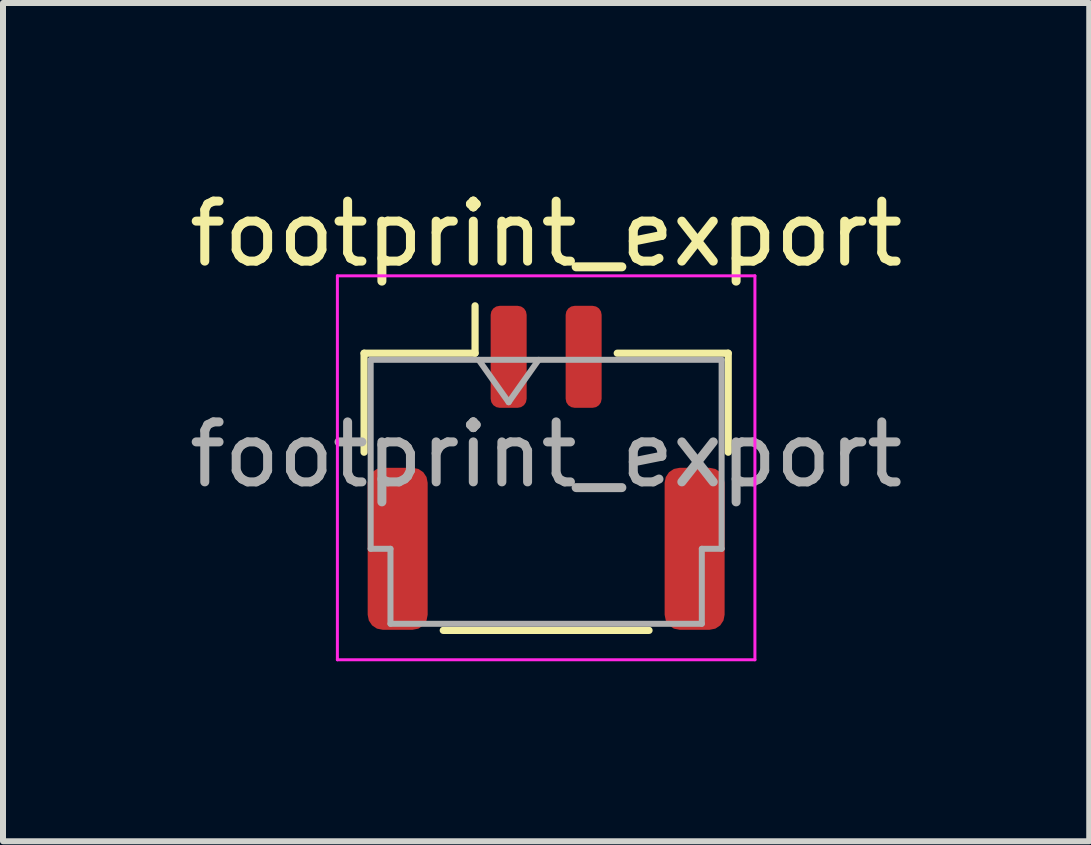
<source format=kicad_pcb>
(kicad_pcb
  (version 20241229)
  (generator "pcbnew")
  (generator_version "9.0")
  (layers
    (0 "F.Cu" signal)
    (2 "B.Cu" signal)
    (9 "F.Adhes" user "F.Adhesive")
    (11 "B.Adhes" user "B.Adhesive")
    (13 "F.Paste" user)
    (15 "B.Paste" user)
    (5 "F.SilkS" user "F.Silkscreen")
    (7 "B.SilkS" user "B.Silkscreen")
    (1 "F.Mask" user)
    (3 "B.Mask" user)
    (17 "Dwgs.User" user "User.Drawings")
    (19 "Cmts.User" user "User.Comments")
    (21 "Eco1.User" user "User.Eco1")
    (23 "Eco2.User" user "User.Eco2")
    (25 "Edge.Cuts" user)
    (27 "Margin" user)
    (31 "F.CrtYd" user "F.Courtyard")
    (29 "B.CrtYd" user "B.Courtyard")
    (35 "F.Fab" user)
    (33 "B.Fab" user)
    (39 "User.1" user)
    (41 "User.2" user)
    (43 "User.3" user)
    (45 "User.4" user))
  (footprint "footprint_export"
    (layer "F.Cu")
    (at 6.054 4.748)
    (property "Reference" "footprint_export" (at 0 -3.9 0) (layer "F.SilkS") (effects (font (size 1 1) (thickness 0.15))))
    (attr smd)
    (fp_line (start -3.035 -1.91) (end -1.185 -1.91) (stroke (width 0.12) (type solid)) (layer "F.SilkS"))
    (fp_line (start -3.035 -0.26) (end -3.035 -1.91) (stroke (width 0.12) (type solid)) (layer "F.SilkS"))
    (fp_line (start -1.715 2.71) (end 1.715 2.71) (stroke (width 0.12) (type solid)) (layer "F.SilkS"))
    (fp_line (start -1.185 -1.91) (end -1.185 -2.7) (stroke (width 0.12) (type solid)) (layer "F.SilkS"))
    (fp_line (start 3.035 -1.91) (end 1.185 -1.91) (stroke (width 0.12) (type solid)) (layer "F.SilkS"))
    (fp_line (start 3.035 -0.26) (end 3.035 -1.91) (stroke (width 0.12) (type solid)) (layer "F.SilkS"))
    (fp_line (start -3.48 -3.2) (end -3.48 3.2) (stroke (width 0.05) (type solid)) (layer "F.CrtYd"))
    (fp_line (start -3.48 3.2) (end 3.48 3.2) (stroke (width 0.05) (type solid)) (layer "F.CrtYd"))
    (fp_line (start 3.48 -3.2) (end -3.48 -3.2) (stroke (width 0.05) (type solid)) (layer "F.CrtYd"))
    (fp_line (start 3.48 3.2) (end 3.48 -3.2) (stroke (width 0.05) (type solid)) (layer "F.CrtYd"))
    (fp_line (start -2.925 -1.8) (end -2.925 1.35) (stroke (width 0.1) (type solid)) (layer "F.Fab"))
    (fp_line (start -2.925 -1.8) (end 2.925 -1.8) (stroke (width 0.1) (type solid)) (layer "F.Fab"))
    (fp_line (start -2.925 1.35) (end -2.595 1.35) (stroke (width 0.1) (type solid)) (layer "F.Fab"))
    (fp_line (start -2.595 1.35) (end -2.595 2.6) (stroke (width 0.1) (type solid)) (layer "F.Fab"))
    (fp_line (start -2.595 2.6) (end 2.595 2.6) (stroke (width 0.1) (type solid)) (layer "F.Fab"))
    (fp_line (start -1.125 -1.8) (end -0.625 -1.093) (stroke (width 0.1) (type solid)) (layer "F.Fab"))
    (fp_line (start -0.625 -1.093) (end -0.125 -1.8) (stroke (width 0.1) (type solid)) (layer "F.Fab"))
    (fp_line (start 2.595 1.35) (end 2.925 1.35) (stroke (width 0.1) (type solid)) (layer "F.Fab"))
    (fp_line (start 2.595 2.6) (end 2.595 1.35) (stroke (width 0.1) (type solid)) (layer "F.Fab"))
    (fp_line (start 2.925 -1.8) (end 2.925 1.35) (stroke (width 0.1) (type solid)) (layer "F.Fab"))
    (fp_text user "${REFERENCE}" (at 0 -0.22 0) (layer "F.Fab") (effects (font (size 1 1) (thickness 0.15))))
    (pad "1" smd roundrect (at -0.625 -1.85) (size 0.6 1.7) (layers "F.Cu" "F.Mask" "F.Paste") (roundrect_rratio 0.25))
    (pad "2" smd roundrect (at 0.625 -1.85) (size 0.6 1.7) (layers "F.Cu" "F.Mask" "F.Paste") (roundrect_rratio 0.25))
    (pad "MP" smd roundrect (at -2.475 1.35) (size 1 2.7) (layers "F.Cu" "F.Mask" "F.Paste") (roundrect_rratio 0.25))
    (pad "MP" smd roundrect (at 2.475 1.35) (size 1 2.7) (layers "F.Cu" "F.Mask" "F.Paste") (roundrect_rratio 0.25)))
  (gr_rect
    (start -3 -3)
    (end 15.107 10.973)
    (stroke (width 0.1) (type default))
    (fill no)
    (layer "Edge.Cuts")))
</source>
